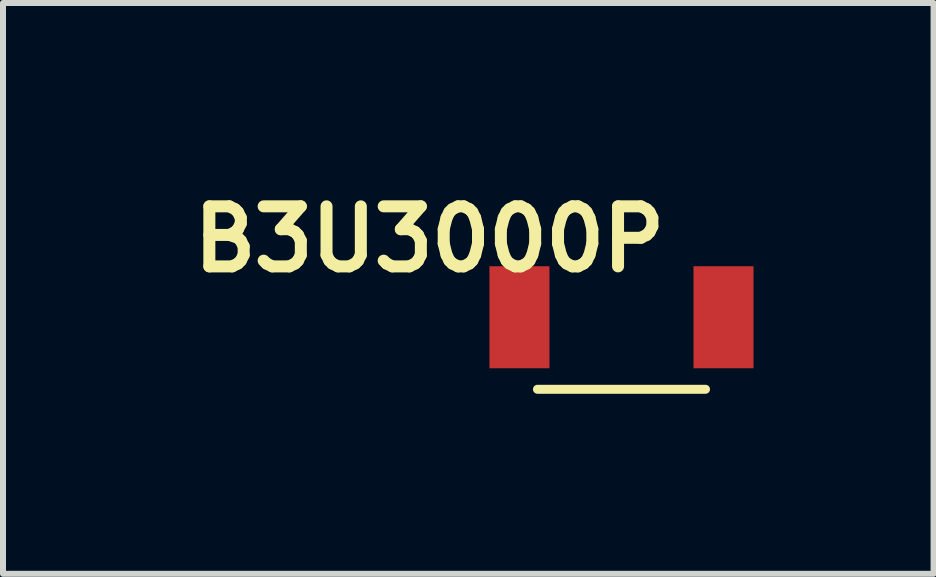
<source format=kicad_pcb>
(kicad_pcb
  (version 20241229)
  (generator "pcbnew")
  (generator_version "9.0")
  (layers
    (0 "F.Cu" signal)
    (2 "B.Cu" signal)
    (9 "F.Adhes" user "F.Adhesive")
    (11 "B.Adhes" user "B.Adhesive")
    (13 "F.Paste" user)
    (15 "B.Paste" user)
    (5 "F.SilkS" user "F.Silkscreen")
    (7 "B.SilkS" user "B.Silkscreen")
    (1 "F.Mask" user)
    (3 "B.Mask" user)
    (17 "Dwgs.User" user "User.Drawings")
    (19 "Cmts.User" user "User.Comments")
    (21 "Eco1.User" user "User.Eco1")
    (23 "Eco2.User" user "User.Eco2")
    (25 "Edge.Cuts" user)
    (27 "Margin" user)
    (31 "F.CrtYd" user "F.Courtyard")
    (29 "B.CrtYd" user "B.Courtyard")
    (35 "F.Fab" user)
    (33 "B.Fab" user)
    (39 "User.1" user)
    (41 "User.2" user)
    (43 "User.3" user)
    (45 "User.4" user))
  (footprint "B3U3000P"
    (layer "F.Cu")
    (at 5.305 2.236)
    (property "Reference" "B3U3000P" (at -1.2 -1.3 0) (layer "F.SilkS") (effects (font (size 1 1) (thickness 0.2))))
    (attr through_hole)
    (fp_line (start 0.6 1.2) (end 3.4 1.2) (stroke (width 0.15) (type solid)) (layer "F.SilkS"))
    (pad "1" smd rect (at 0.3 0) (size 1 1.7) (layers "F.Cu" "F.Mask" "F.Paste"))
    (pad "2" smd rect (at 3.7 0) (size 1 1.7) (layers "F.Cu" "F.Mask" "F.Paste")))
  (gr_rect
    (start -3 -3)
    (end 12.505 6.511)
    (stroke (width 0.1) (type default))
    (fill no)
    (layer "Edge.Cuts")))
</source>
